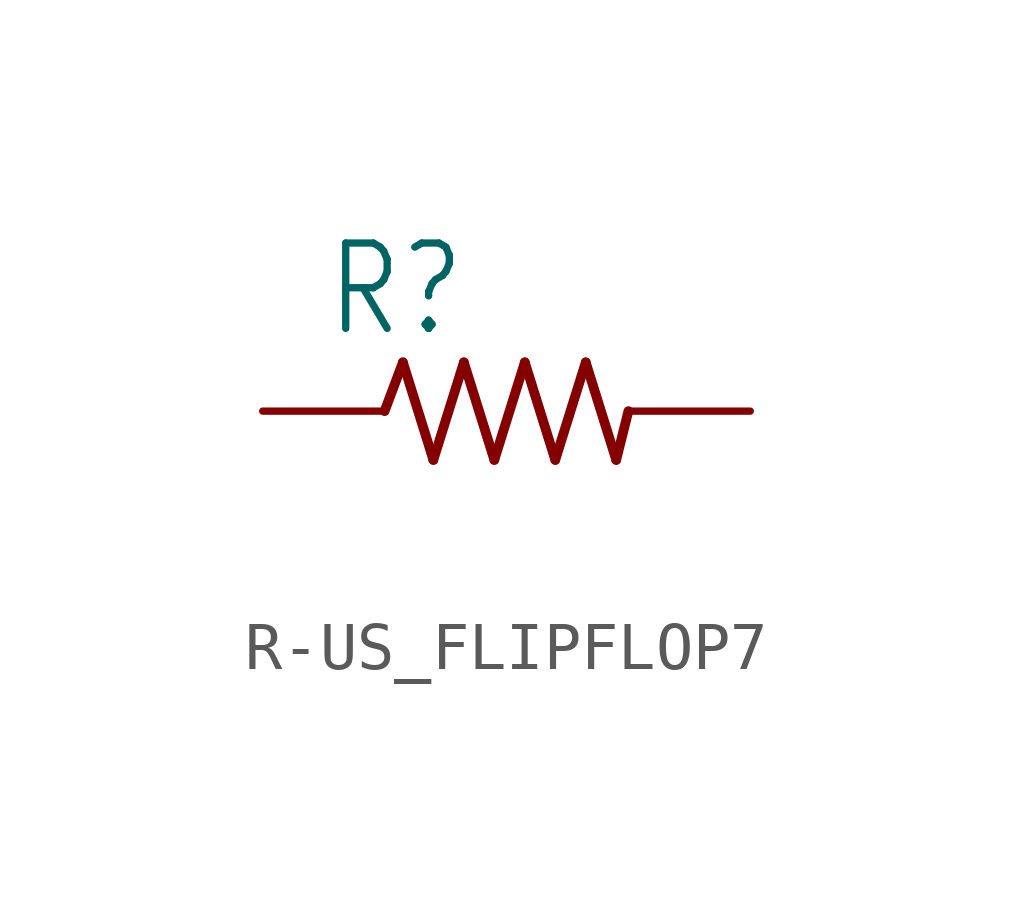
<source format=kicad_sym>
(kicad_symbol_lib
  (version 20220914)
  (generator kicad_symbol_editor)
  (symbol "R-US_FLIPFLOP7"
    (property "Reference" "R"
      (at -3.81 1.499 0)
      (effects (font (size 1.778 1.511)) (justify left bottom)))
    (property "Value" ""
      (at -3.81 -3.302 0)
      (effects (font (size 1.778 1.511)) (justify left bottom)))
    (property "ki_locked" ""
      (at 0 0 0)
      (effects (font (size 1.27 1.27))))
    (symbol "R-US_FLIPFLOP7_1_0"
      (polyline (pts (xy -2.54 0) (xy -2.159 1.016)) (stroke (width 0.203) (type solid)) (fill (type none)))
      (polyline (pts (xy -2.159 1.016) (xy -1.524 -1.016)) (stroke (width 0.203) (type solid)) (fill (type none)))
      (polyline (pts (xy -1.524 -1.016) (xy -0.889 1.016)) (stroke (width 0.203) (type solid)) (fill (type none)))
      (polyline (pts (xy -0.889 1.016) (xy -0.254 -1.016)) (stroke (width 0.203) (type solid)) (fill (type none)))
      (polyline (pts (xy -0.254 -1.016) (xy 0.381 1.016)) (stroke (width 0.203) (type solid)) (fill (type none)))
      (polyline (pts (xy 0.381 1.016) (xy 1.016 -1.016)) (stroke (width 0.203) (type solid)) (fill (type none)))
      (polyline (pts (xy 1.016 -1.016) (xy 1.651 1.016)) (stroke (width 0.203) (type solid)) (fill (type none)))
      (polyline (pts (xy 1.651 1.016) (xy 2.286 -1.016)) (stroke (width 0.203) (type solid)) (fill (type none)))
      (polyline (pts (xy 2.286 -1.016) (xy 2.54 0)) (stroke (width 0.203) (type solid)) (fill (type none)))
      (pin passive line (at -5.08 0 0) (length 2.54) (name "1" (effects (font (size 0 0)))) (number "1" (effects (font (size 0 0)))))
      (pin passive line (at 5.08 0 180) (length 2.54) (name "2" (effects (font (size 0 0)))) (number "2" (effects (font (size 0 0))))))))
</source>
